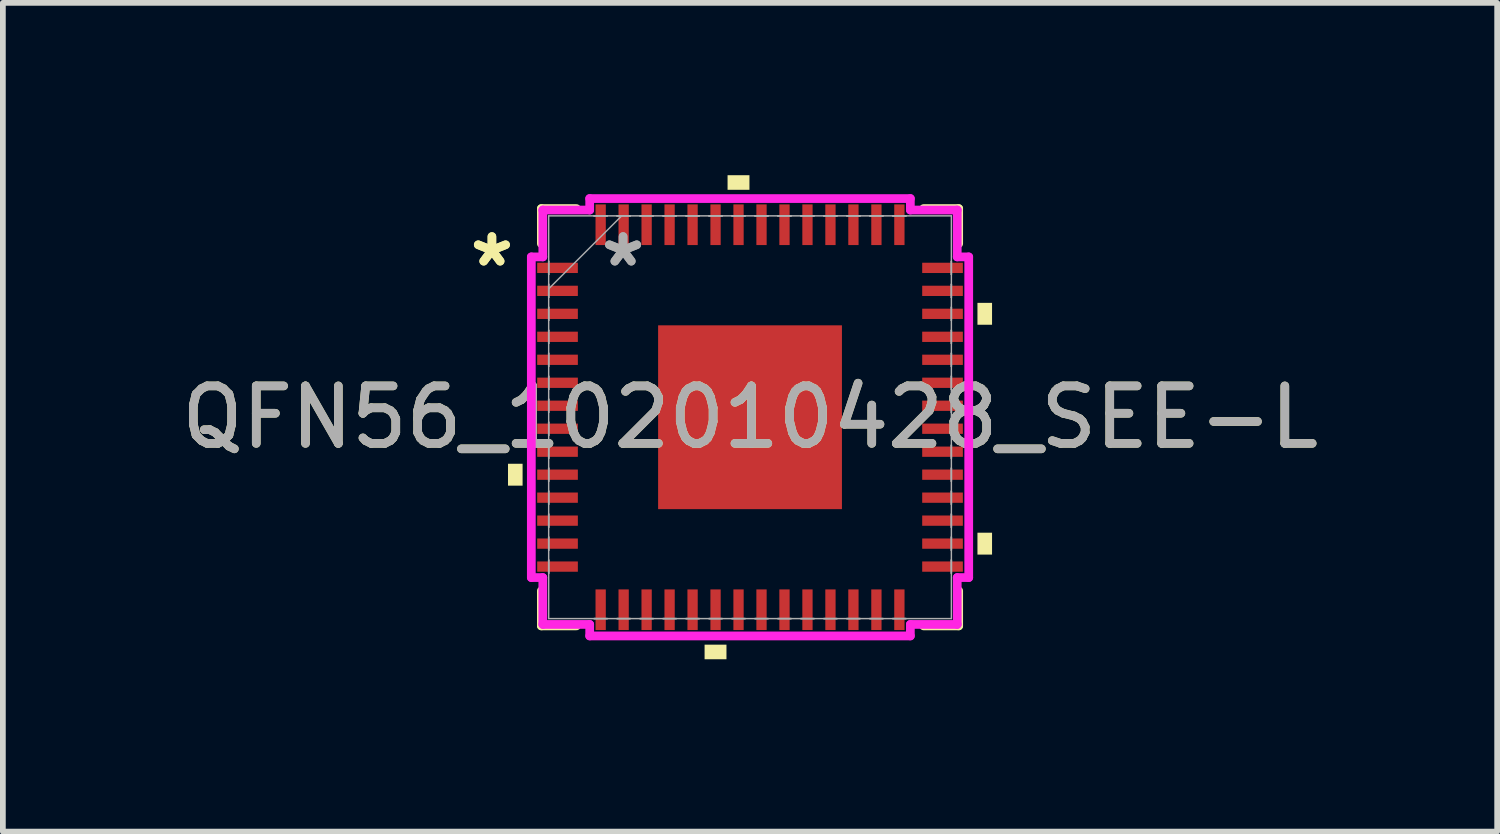
<source format=kicad_pcb>
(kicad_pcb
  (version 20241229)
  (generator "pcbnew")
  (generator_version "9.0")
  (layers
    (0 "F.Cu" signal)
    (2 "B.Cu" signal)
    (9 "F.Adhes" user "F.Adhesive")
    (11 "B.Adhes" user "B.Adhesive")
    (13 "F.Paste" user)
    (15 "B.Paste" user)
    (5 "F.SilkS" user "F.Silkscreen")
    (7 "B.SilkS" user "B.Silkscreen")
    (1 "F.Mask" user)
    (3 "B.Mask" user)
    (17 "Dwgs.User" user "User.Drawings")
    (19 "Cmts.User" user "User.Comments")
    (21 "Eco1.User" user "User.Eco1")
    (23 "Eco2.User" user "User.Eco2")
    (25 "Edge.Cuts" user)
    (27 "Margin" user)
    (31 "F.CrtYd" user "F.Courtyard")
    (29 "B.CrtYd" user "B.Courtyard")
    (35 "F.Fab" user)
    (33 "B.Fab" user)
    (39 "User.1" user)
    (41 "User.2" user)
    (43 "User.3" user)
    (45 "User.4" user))
  (footprint "QFN56_102010428_SEE-L"
    (layer "F.Cu")
    (at 10.006 4.213)
    (property "Reference" "QFN56_102010428_SEE-L" (at 0 0 0) (unlocked yes) (layer "F.SilkS") (effects (font (size 1 1) (thickness 0.15))))
    (attr smd)
    (fp_line (start -3.632 -3.632) (end -3.632 -3.022) (stroke (width 0.152) (type solid)) (layer "F.SilkS"))
    (fp_line (start -3.632 3.022) (end -3.632 3.632) (stroke (width 0.152) (type solid)) (layer "F.SilkS"))
    (fp_line (start -3.632 3.632) (end -3.022 3.632) (stroke (width 0.152) (type solid)) (layer "F.SilkS"))
    (fp_line (start -3.022 -3.632) (end -3.632 -3.632) (stroke (width 0.152) (type solid)) (layer "F.SilkS"))
    (fp_line (start 3.022 3.632) (end 3.632 3.632) (stroke (width 0.152) (type solid)) (layer "F.SilkS"))
    (fp_line (start 3.632 -3.632) (end 3.022 -3.632) (stroke (width 0.152) (type solid)) (layer "F.SilkS"))
    (fp_line (start 3.632 -3.022) (end 3.632 -3.632) (stroke (width 0.152) (type solid)) (layer "F.SilkS"))
    (fp_line (start 3.632 3.632) (end 3.632 3.022) (stroke (width 0.152) (type solid)) (layer "F.SilkS"))
    (fp_poly (pts (xy -4.213 0.81) (xy -4.213 1.191) (xy -3.959 1.191) (xy -3.959 0.81)) (stroke (width 0) (type solid)) (fill yes) (layer "F.SilkS"))
    (fp_poly (pts (xy -0.791 3.959) (xy -0.791 4.213) (xy -0.41 4.213) (xy -0.41 3.959)) (stroke (width 0) (type solid)) (fill yes) (layer "F.SilkS"))
    (fp_poly (pts (xy -0.391 -3.959) (xy -0.391 -4.213) (xy -0.01 -4.213) (xy -0.01 -3.959)) (stroke (width 0) (type solid)) (fill yes) (layer "F.SilkS"))
    (fp_poly (pts (xy 4.213 -1.991) (xy 4.213 -1.61) (xy 3.959 -1.61) (xy 3.959 -1.991)) (stroke (width 0) (type solid)) (fill yes) (layer "F.SilkS"))
    (fp_poly (pts (xy 4.213 2.01) (xy 4.213 2.391) (xy 3.959 2.391) (xy 3.959 2.01)) (stroke (width 0) (type solid)) (fill yes) (layer "F.SilkS"))
    (fp_line (start -3.807 -2.791) (end -3.607 -2.791) (stroke (width 0.152) (type solid)) (layer "F.CrtYd"))
    (fp_line (start -3.807 2.791) (end -3.807 -2.791) (stroke (width 0.152) (type solid)) (layer "F.CrtYd"))
    (fp_line (start -3.607 -3.607) (end -2.791 -3.607) (stroke (width 0.152) (type solid)) (layer "F.CrtYd"))
    (fp_line (start -3.607 -2.791) (end -3.607 -3.607) (stroke (width 0.152) (type solid)) (layer "F.CrtYd"))
    (fp_line (start -3.607 2.791) (end -3.807 2.791) (stroke (width 0.152) (type solid)) (layer "F.CrtYd"))
    (fp_line (start -3.607 3.607) (end -3.607 2.791) (stroke (width 0.152) (type solid)) (layer "F.CrtYd"))
    (fp_line (start -2.791 -3.807) (end 2.791 -3.807) (stroke (width 0.152) (type solid)) (layer "F.CrtYd"))
    (fp_line (start -2.791 -3.607) (end -2.791 -3.807) (stroke (width 0.152) (type solid)) (layer "F.CrtYd"))
    (fp_line (start -2.791 3.607) (end -3.607 3.607) (stroke (width 0.152) (type solid)) (layer "F.CrtYd"))
    (fp_line (start -2.791 3.807) (end -2.791 3.607) (stroke (width 0.152) (type solid)) (layer "F.CrtYd"))
    (fp_line (start 2.791 -3.807) (end 2.791 -3.607) (stroke (width 0.152) (type solid)) (layer "F.CrtYd"))
    (fp_line (start 2.791 -3.607) (end 3.607 -3.607) (stroke (width 0.152) (type solid)) (layer "F.CrtYd"))
    (fp_line (start 2.791 3.607) (end 2.791 3.807) (stroke (width 0.152) (type solid)) (layer "F.CrtYd"))
    (fp_line (start 2.791 3.807) (end -2.791 3.807) (stroke (width 0.152) (type solid)) (layer "F.CrtYd"))
    (fp_line (start 3.607 -3.607) (end 3.607 -2.791) (stroke (width 0.152) (type solid)) (layer "F.CrtYd"))
    (fp_line (start 3.607 -2.791) (end 3.807 -2.791) (stroke (width 0.152) (type solid)) (layer "F.CrtYd"))
    (fp_line (start 3.607 2.791) (end 3.607 3.607) (stroke (width 0.152) (type solid)) (layer "F.CrtYd"))
    (fp_line (start 3.607 3.607) (end 2.791 3.607) (stroke (width 0.152) (type solid)) (layer "F.CrtYd"))
    (fp_line (start 3.807 -2.791) (end 3.807 2.791) (stroke (width 0.152) (type solid)) (layer "F.CrtYd"))
    (fp_line (start 3.807 2.791) (end 3.607 2.791) (stroke (width 0.152) (type solid)) (layer "F.CrtYd"))
    (fp_line (start -3.505 -3.505) (end -3.505 3.505) (stroke (width 0.025) (type solid)) (layer "F.Fab"))
    (fp_line (start -3.505 -2.715) (end -3.505 -2.715) (stroke (width 0.025) (type solid)) (layer "F.Fab"))
    (fp_line (start -3.505 -2.715) (end -3.505 -2.486) (stroke (width 0.025) (type solid)) (layer "F.Fab"))
    (fp_line (start -3.505 -2.486) (end -3.505 -2.715) (stroke (width 0.025) (type solid)) (layer "F.Fab"))
    (fp_line (start -3.505 -2.486) (end -3.505 -2.486) (stroke (width 0.025) (type solid)) (layer "F.Fab"))
    (fp_line (start -3.505 -2.315) (end -3.505 -2.315) (stroke (width 0.025) (type solid)) (layer "F.Fab"))
    (fp_line (start -3.505 -2.315) (end -3.505 -2.086) (stroke (width 0.025) (type solid)) (layer "F.Fab"))
    (fp_line (start -3.505 -2.235) (end -2.235 -3.505) (stroke (width 0.025) (type solid)) (layer "F.Fab"))
    (fp_line (start -3.505 -2.086) (end -3.505 -2.315) (stroke (width 0.025) (type solid)) (layer "F.Fab"))
    (fp_line (start -3.505 -2.086) (end -3.505 -2.086) (stroke (width 0.025) (type solid)) (layer "F.Fab"))
    (fp_line (start -3.505 -1.915) (end -3.505 -1.915) (stroke (width 0.025) (type solid)) (layer "F.Fab"))
    (fp_line (start -3.505 -1.915) (end -3.505 -1.686) (stroke (width 0.025) (type solid)) (layer "F.Fab"))
    (fp_line (start -3.505 -1.686) (end -3.505 -1.915) (stroke (width 0.025) (type solid)) (layer "F.Fab"))
    (fp_line (start -3.505 -1.686) (end -3.505 -1.686) (stroke (width 0.025) (type solid)) (layer "F.Fab"))
    (fp_line (start -3.505 -1.514) (end -3.505 -1.514) (stroke (width 0.025) (type solid)) (layer "F.Fab"))
    (fp_line (start -3.505 -1.514) (end -3.505 -1.286) (stroke (width 0.025) (type solid)) (layer "F.Fab"))
    (fp_line (start -3.505 -1.286) (end -3.505 -1.514) (stroke (width 0.025) (type solid)) (layer "F.Fab"))
    (fp_line (start -3.505 -1.286) (end -3.505 -1.286) (stroke (width 0.025) (type solid)) (layer "F.Fab"))
    (fp_line (start -3.505 -1.114) (end -3.505 -1.114) (stroke (width 0.025) (type solid)) (layer "F.Fab"))
    (fp_line (start -3.505 -1.114) (end -3.505 -0.886) (stroke (width 0.025) (type solid)) (layer "F.Fab"))
    (fp_line (start -3.505 -0.886) (end -3.505 -1.114) (stroke (width 0.025) (type solid)) (layer "F.Fab"))
    (fp_line (start -3.505 -0.886) (end -3.505 -0.886) (stroke (width 0.025) (type solid)) (layer "F.Fab"))
    (fp_line (start -3.505 -0.714) (end -3.505 -0.714) (stroke (width 0.025) (type solid)) (layer "F.Fab"))
    (fp_line (start -3.505 -0.714) (end -3.505 -0.486) (stroke (width 0.025) (type solid)) (layer "F.Fab"))
    (fp_line (start -3.505 -0.486) (end -3.505 -0.714) (stroke (width 0.025) (type solid)) (layer "F.Fab"))
    (fp_line (start -3.505 -0.486) (end -3.505 -0.486) (stroke (width 0.025) (type solid)) (layer "F.Fab"))
    (fp_line (start -3.505 -0.314) (end -3.505 -0.314) (stroke (width 0.025) (type solid)) (layer "F.Fab"))
    (fp_line (start -3.505 -0.314) (end -3.505 -0.086) (stroke (width 0.025) (type solid)) (layer "F.Fab"))
    (fp_line (start -3.505 -0.086) (end -3.505 -0.314) (stroke (width 0.025) (type solid)) (layer "F.Fab"))
    (fp_line (start -3.505 -0.086) (end -3.505 -0.086) (stroke (width 0.025) (type solid)) (layer "F.Fab"))
    (fp_line (start -3.505 0.086) (end -3.505 0.086) (stroke (width 0.025) (type solid)) (layer "F.Fab"))
    (fp_line (start -3.505 0.086) (end -3.505 0.314) (stroke (width 0.025) (type solid)) (layer "F.Fab"))
    (fp_line (start -3.505 0.314) (end -3.505 0.086) (stroke (width 0.025) (type solid)) (layer "F.Fab"))
    (fp_line (start -3.505 0.314) (end -3.505 0.314) (stroke (width 0.025) (type solid)) (layer "F.Fab"))
    (fp_line (start -3.505 0.486) (end -3.505 0.486) (stroke (width 0.025) (type solid)) (layer "F.Fab"))
    (fp_line (start -3.505 0.486) (end -3.505 0.714) (stroke (width 0.025) (type solid)) (layer "F.Fab"))
    (fp_line (start -3.505 0.714) (end -3.505 0.486) (stroke (width 0.025) (type solid)) (layer "F.Fab"))
    (fp_line (start -3.505 0.714) (end -3.505 0.714) (stroke (width 0.025) (type solid)) (layer "F.Fab"))
    (fp_line (start -3.505 0.886) (end -3.505 0.886) (stroke (width 0.025) (type solid)) (layer "F.Fab"))
    (fp_line (start -3.505 0.886) (end -3.505 1.114) (stroke (width 0.025) (type solid)) (layer "F.Fab"))
    (fp_line (start -3.505 1.114) (end -3.505 0.886) (stroke (width 0.025) (type solid)) (layer "F.Fab"))
    (fp_line (start -3.505 1.114) (end -3.505 1.114) (stroke (width 0.025) (type solid)) (layer "F.Fab"))
    (fp_line (start -3.505 1.286) (end -3.505 1.286) (stroke (width 0.025) (type solid)) (layer "F.Fab"))
    (fp_line (start -3.505 1.286) (end -3.505 1.514) (stroke (width 0.025) (type solid)) (layer "F.Fab"))
    (fp_line (start -3.505 1.514) (end -3.505 1.286) (stroke (width 0.025) (type solid)) (layer "F.Fab"))
    (fp_line (start -3.505 1.514) (end -3.505 1.514) (stroke (width 0.025) (type solid)) (layer "F.Fab"))
    (fp_line (start -3.505 1.686) (end -3.505 1.686) (stroke (width 0.025) (type solid)) (layer "F.Fab"))
    (fp_line (start -3.505 1.686) (end -3.505 1.915) (stroke (width 0.025) (type solid)) (layer "F.Fab"))
    (fp_line (start -3.505 1.915) (end -3.505 1.686) (stroke (width 0.025) (type solid)) (layer "F.Fab"))
    (fp_line (start -3.505 1.915) (end -3.505 1.915) (stroke (width 0.025) (type solid)) (layer "F.Fab"))
    (fp_line (start -3.505 2.086) (end -3.505 2.086) (stroke (width 0.025) (type solid)) (layer "F.Fab"))
    (fp_line (start -3.505 2.086) (end -3.505 2.315) (stroke (width 0.025) (type solid)) (layer "F.Fab"))
    (fp_line (start -3.505 2.315) (end -3.505 2.086) (stroke (width 0.025) (type solid)) (layer "F.Fab"))
    (fp_line (start -3.505 2.315) (end -3.505 2.315) (stroke (width 0.025) (type solid)) (layer "F.Fab"))
    (fp_line (start -3.505 2.486) (end -3.505 2.486) (stroke (width 0.025) (type solid)) (layer "F.Fab"))
    (fp_line (start -3.505 2.486) (end -3.505 2.715) (stroke (width 0.025) (type solid)) (layer "F.Fab"))
    (fp_line (start -3.505 2.715) (end -3.505 2.486) (stroke (width 0.025) (type solid)) (layer "F.Fab"))
    (fp_line (start -3.505 2.715) (end -3.505 2.715) (stroke (width 0.025) (type solid)) (layer "F.Fab"))
    (fp_line (start -3.505 3.505) (end 3.505 3.505) (stroke (width 0.025) (type solid)) (layer "F.Fab"))
    (fp_line (start -2.715 -3.505) (end -2.715 -3.505) (stroke (width 0.025) (type solid)) (layer "F.Fab"))
    (fp_line (start -2.715 -3.505) (end -2.486 -3.505) (stroke (width 0.025) (type solid)) (layer "F.Fab"))
    (fp_line (start -2.715 3.505) (end -2.715 3.505) (stroke (width 0.025) (type solid)) (layer "F.Fab"))
    (fp_line (start -2.715 3.505) (end -2.486 3.505) (stroke (width 0.025) (type solid)) (layer "F.Fab"))
    (fp_line (start -2.486 -3.505) (end -2.715 -3.505) (stroke (width 0.025) (type solid)) (layer "F.Fab"))
    (fp_line (start -2.486 -3.505) (end -2.486 -3.505) (stroke (width 0.025) (type solid)) (layer "F.Fab"))
    (fp_line (start -2.486 3.505) (end -2.715 3.505) (stroke (width 0.025) (type solid)) (layer "F.Fab"))
    (fp_line (start -2.486 3.505) (end -2.486 3.505) (stroke (width 0.025) (type solid)) (layer "F.Fab"))
    (fp_line (start -2.315 -3.505) (end -2.315 -3.505) (stroke (width 0.025) (type solid)) (layer "F.Fab"))
    (fp_line (start -2.315 -3.505) (end -2.086 -3.505) (stroke (width 0.025) (type solid)) (layer "F.Fab"))
    (fp_line (start -2.315 3.505) (end -2.315 3.505) (stroke (width 0.025) (type solid)) (layer "F.Fab"))
    (fp_line (start -2.315 3.505) (end -2.086 3.505) (stroke (width 0.025) (type solid)) (layer "F.Fab"))
    (fp_line (start -2.086 -3.505) (end -2.315 -3.505) (stroke (width 0.025) (type solid)) (layer "F.Fab"))
    (fp_line (start -2.086 -3.505) (end -2.086 -3.505) (stroke (width 0.025) (type solid)) (layer "F.Fab"))
    (fp_line (start -2.086 3.505) (end -2.315 3.505) (stroke (width 0.025) (type solid)) (layer "F.Fab"))
    (fp_line (start -2.086 3.505) (end -2.086 3.505) (stroke (width 0.025) (type solid)) (layer "F.Fab"))
    (fp_line (start -1.915 -3.505) (end -1.915 -3.505) (stroke (width 0.025) (type solid)) (layer "F.Fab"))
    (fp_line (start -1.915 -3.505) (end -1.686 -3.505) (stroke (width 0.025) (type solid)) (layer "F.Fab"))
    (fp_line (start -1.915 3.505) (end -1.915 3.505) (stroke (width 0.025) (type solid)) (layer "F.Fab"))
    (fp_line (start -1.915 3.505) (end -1.686 3.505) (stroke (width 0.025) (type solid)) (layer "F.Fab"))
    (fp_line (start -1.686 -3.505) (end -1.915 -3.505) (stroke (width 0.025) (type solid)) (layer "F.Fab"))
    (fp_line (start -1.686 -3.505) (end -1.686 -3.505) (stroke (width 0.025) (type solid)) (layer "F.Fab"))
    (fp_line (start -1.686 3.505) (end -1.915 3.505) (stroke (width 0.025) (type solid)) (layer "F.Fab"))
    (fp_line (start -1.686 3.505) (end -1.686 3.505) (stroke (width 0.025) (type solid)) (layer "F.Fab"))
    (fp_line (start -1.514 -3.505) (end -1.514 -3.505) (stroke (width 0.025) (type solid)) (layer "F.Fab"))
    (fp_line (start -1.514 -3.505) (end -1.286 -3.505) (stroke (width 0.025) (type solid)) (layer "F.Fab"))
    (fp_line (start -1.514 3.505) (end -1.514 3.505) (stroke (width 0.025) (type solid)) (layer "F.Fab"))
    (fp_line (start -1.514 3.505) (end -1.286 3.505) (stroke (width 0.025) (type solid)) (layer "F.Fab"))
    (fp_line (start -1.286 -3.505) (end -1.514 -3.505) (stroke (width 0.025) (type solid)) (layer "F.Fab"))
    (fp_line (start -1.286 -3.505) (end -1.286 -3.505) (stroke (width 0.025) (type solid)) (layer "F.Fab"))
    (fp_line (start -1.286 3.505) (end -1.514 3.505) (stroke (width 0.025) (type solid)) (layer "F.Fab"))
    (fp_line (start -1.286 3.505) (end -1.286 3.505) (stroke (width 0.025) (type solid)) (layer "F.Fab"))
    (fp_line (start -1.114 -3.505) (end -1.114 -3.505) (stroke (width 0.025) (type solid)) (layer "F.Fab"))
    (fp_line (start -1.114 -3.505) (end -0.886 -3.505) (stroke (width 0.025) (type solid)) (layer "F.Fab"))
    (fp_line (start -1.114 3.505) (end -1.114 3.505) (stroke (width 0.025) (type solid)) (layer "F.Fab"))
    (fp_line (start -1.114 3.505) (end -0.886 3.505) (stroke (width 0.025) (type solid)) (layer "F.Fab"))
    (fp_line (start -0.886 -3.505) (end -1.114 -3.505) (stroke (width 0.025) (type solid)) (layer "F.Fab"))
    (fp_line (start -0.886 -3.505) (end -0.886 -3.505) (stroke (width 0.025) (type solid)) (layer "F.Fab"))
    (fp_line (start -0.886 3.505) (end -1.114 3.505) (stroke (width 0.025) (type solid)) (layer "F.Fab"))
    (fp_line (start -0.886 3.505) (end -0.886 3.505) (stroke (width 0.025) (type solid)) (layer "F.Fab"))
    (fp_line (start -0.714 -3.505) (end -0.714 -3.505) (stroke (width 0.025) (type solid)) (layer "F.Fab"))
    (fp_line (start -0.714 -3.505) (end -0.486 -3.505) (stroke (width 0.025) (type solid)) (layer "F.Fab"))
    (fp_line (start -0.714 3.505) (end -0.714 3.505) (stroke (width 0.025) (type solid)) (layer "F.Fab"))
    (fp_line (start -0.714 3.505) (end -0.486 3.505) (stroke (width 0.025) (type solid)) (layer "F.Fab"))
    (fp_line (start -0.486 -3.505) (end -0.714 -3.505) (stroke (width 0.025) (type solid)) (layer "F.Fab"))
    (fp_line (start -0.486 -3.505) (end -0.486 -3.505) (stroke (width 0.025) (type solid)) (layer "F.Fab"))
    (fp_line (start -0.486 3.505) (end -0.714 3.505) (stroke (width 0.025) (type solid)) (layer "F.Fab"))
    (fp_line (start -0.486 3.505) (end -0.486 3.505) (stroke (width 0.025) (type solid)) (layer "F.Fab"))
    (fp_line (start -0.314 -3.505) (end -0.314 -3.505) (stroke (width 0.025) (type solid)) (layer "F.Fab"))
    (fp_line (start -0.314 -3.505) (end -0.086 -3.505) (stroke (width 0.025) (type solid)) (layer "F.Fab"))
    (fp_line (start -0.314 3.505) (end -0.314 3.505) (stroke (width 0.025) (type solid)) (layer "F.Fab"))
    (fp_line (start -0.314 3.505) (end -0.086 3.505) (stroke (width 0.025) (type solid)) (layer "F.Fab"))
    (fp_line (start -0.086 -3.505) (end -0.314 -3.505) (stroke (width 0.025) (type solid)) (layer "F.Fab"))
    (fp_line (start -0.086 -3.505) (end -0.086 -3.505) (stroke (width 0.025) (type solid)) (layer "F.Fab"))
    (fp_line (start -0.086 3.505) (end -0.314 3.505) (stroke (width 0.025) (type solid)) (layer "F.Fab"))
    (fp_line (start -0.086 3.505) (end -0.086 3.505) (stroke (width 0.025) (type solid)) (layer "F.Fab"))
    (fp_line (start 0.086 -3.505) (end 0.086 -3.505) (stroke (width 0.025) (type solid)) (layer "F.Fab"))
    (fp_line (start 0.086 -3.505) (end 0.314 -3.505) (stroke (width 0.025) (type solid)) (layer "F.Fab"))
    (fp_line (start 0.086 3.505) (end 0.086 3.505) (stroke (width 0.025) (type solid)) (layer "F.Fab"))
    (fp_line (start 0.086 3.505) (end 0.314 3.505) (stroke (width 0.025) (type solid)) (layer "F.Fab"))
    (fp_line (start 0.314 -3.505) (end 0.086 -3.505) (stroke (width 0.025) (type solid)) (layer "F.Fab"))
    (fp_line (start 0.314 -3.505) (end 0.314 -3.505) (stroke (width 0.025) (type solid)) (layer "F.Fab"))
    (fp_line (start 0.314 3.505) (end 0.086 3.505) (stroke (width 0.025) (type solid)) (layer "F.Fab"))
    (fp_line (start 0.314 3.505) (end 0.314 3.505) (stroke (width 0.025) (type solid)) (layer "F.Fab"))
    (fp_line (start 0.486 -3.505) (end 0.486 -3.505) (stroke (width 0.025) (type solid)) (layer "F.Fab"))
    (fp_line (start 0.486 -3.505) (end 0.714 -3.505) (stroke (width 0.025) (type solid)) (layer "F.Fab"))
    (fp_line (start 0.486 3.505) (end 0.486 3.505) (stroke (width 0.025) (type solid)) (layer "F.Fab"))
    (fp_line (start 0.486 3.505) (end 0.714 3.505) (stroke (width 0.025) (type solid)) (layer "F.Fab"))
    (fp_line (start 0.714 -3.505) (end 0.486 -3.505) (stroke (width 0.025) (type solid)) (layer "F.Fab"))
    (fp_line (start 0.714 -3.505) (end 0.714 -3.505) (stroke (width 0.025) (type solid)) (layer "F.Fab"))
    (fp_line (start 0.714 3.505) (end 0.486 3.505) (stroke (width 0.025) (type solid)) (layer "F.Fab"))
    (fp_line (start 0.714 3.505) (end 0.714 3.505) (stroke (width 0.025) (type solid)) (layer "F.Fab"))
    (fp_line (start 0.886 -3.505) (end 0.886 -3.505) (stroke (width 0.025) (type solid)) (layer "F.Fab"))
    (fp_line (start 0.886 -3.505) (end 1.114 -3.505) (stroke (width 0.025) (type solid)) (layer "F.Fab"))
    (fp_line (start 0.886 3.505) (end 0.886 3.505) (stroke (width 0.025) (type solid)) (layer "F.Fab"))
    (fp_line (start 0.886 3.505) (end 1.114 3.505) (stroke (width 0.025) (type solid)) (layer "F.Fab"))
    (fp_line (start 1.114 -3.505) (end 0.886 -3.505) (stroke (width 0.025) (type solid)) (layer "F.Fab"))
    (fp_line (start 1.114 -3.505) (end 1.114 -3.505) (stroke (width 0.025) (type solid)) (layer "F.Fab"))
    (fp_line (start 1.114 3.505) (end 0.886 3.505) (stroke (width 0.025) (type solid)) (layer "F.Fab"))
    (fp_line (start 1.114 3.505) (end 1.114 3.505) (stroke (width 0.025) (type solid)) (layer "F.Fab"))
    (fp_line (start 1.286 -3.505) (end 1.286 -3.505) (stroke (width 0.025) (type solid)) (layer "F.Fab"))
    (fp_line (start 1.286 -3.505) (end 1.514 -3.505) (stroke (width 0.025) (type solid)) (layer "F.Fab"))
    (fp_line (start 1.286 3.505) (end 1.286 3.505) (stroke (width 0.025) (type solid)) (layer "F.Fab"))
    (fp_line (start 1.286 3.505) (end 1.514 3.505) (stroke (width 0.025) (type solid)) (layer "F.Fab"))
    (fp_line (start 1.514 -3.505) (end 1.286 -3.505) (stroke (width 0.025) (type solid)) (layer "F.Fab"))
    (fp_line (start 1.514 -3.505) (end 1.514 -3.505) (stroke (width 0.025) (type solid)) (layer "F.Fab"))
    (fp_line (start 1.514 3.505) (end 1.286 3.505) (stroke (width 0.025) (type solid)) (layer "F.Fab"))
    (fp_line (start 1.514 3.505) (end 1.514 3.505) (stroke (width 0.025) (type solid)) (layer "F.Fab"))
    (fp_line (start 1.686 -3.505) (end 1.686 -3.505) (stroke (width 0.025) (type solid)) (layer "F.Fab"))
    (fp_line (start 1.686 -3.505) (end 1.915 -3.505) (stroke (width 0.025) (type solid)) (layer "F.Fab"))
    (fp_line (start 1.686 3.505) (end 1.686 3.505) (stroke (width 0.025) (type solid)) (layer "F.Fab"))
    (fp_line (start 1.686 3.505) (end 1.915 3.505) (stroke (width 0.025) (type solid)) (layer "F.Fab"))
    (fp_line (start 1.915 -3.505) (end 1.686 -3.505) (stroke (width 0.025) (type solid)) (layer "F.Fab"))
    (fp_line (start 1.915 -3.505) (end 1.915 -3.505) (stroke (width 0.025) (type solid)) (layer "F.Fab"))
    (fp_line (start 1.915 3.505) (end 1.686 3.505) (stroke (width 0.025) (type solid)) (layer "F.Fab"))
    (fp_line (start 1.915 3.505) (end 1.915 3.505) (stroke (width 0.025) (type solid)) (layer "F.Fab"))
    (fp_line (start 2.086 -3.505) (end 2.086 -3.505) (stroke (width 0.025) (type solid)) (layer "F.Fab"))
    (fp_line (start 2.086 -3.505) (end 2.315 -3.505) (stroke (width 0.025) (type solid)) (layer "F.Fab"))
    (fp_line (start 2.086 3.505) (end 2.086 3.505) (stroke (width 0.025) (type solid)) (layer "F.Fab"))
    (fp_line (start 2.086 3.505) (end 2.315 3.505) (stroke (width 0.025) (type solid)) (layer "F.Fab"))
    (fp_line (start 2.315 -3.505) (end 2.086 -3.505) (stroke (width 0.025) (type solid)) (layer "F.Fab"))
    (fp_line (start 2.315 -3.505) (end 2.315 -3.505) (stroke (width 0.025) (type solid)) (layer "F.Fab"))
    (fp_line (start 2.315 3.505) (end 2.086 3.505) (stroke (width 0.025) (type solid)) (layer "F.Fab"))
    (fp_line (start 2.315 3.505) (end 2.315 3.505) (stroke (width 0.025) (type solid)) (layer "F.Fab"))
    (fp_line (start 2.486 -3.505) (end 2.486 -3.505) (stroke (width 0.025) (type solid)) (layer "F.Fab"))
    (fp_line (start 2.486 -3.505) (end 2.715 -3.505) (stroke (width 0.025) (type solid)) (layer "F.Fab"))
    (fp_line (start 2.486 3.505) (end 2.486 3.505) (stroke (width 0.025) (type solid)) (layer "F.Fab"))
    (fp_line (start 2.486 3.505) (end 2.715 3.505) (stroke (width 0.025) (type solid)) (layer "F.Fab"))
    (fp_line (start 2.715 -3.505) (end 2.486 -3.505) (stroke (width 0.025) (type solid)) (layer "F.Fab"))
    (fp_line (start 2.715 -3.505) (end 2.715 -3.505) (stroke (width 0.025) (type solid)) (layer "F.Fab"))
    (fp_line (start 2.715 3.505) (end 2.486 3.505) (stroke (width 0.025) (type solid)) (layer "F.Fab"))
    (fp_line (start 2.715 3.505) (end 2.715 3.505) (stroke (width 0.025) (type solid)) (layer "F.Fab"))
    (fp_line (start 3.505 -3.505) (end -3.505 -3.505) (stroke (width 0.025) (type solid)) (layer "F.Fab"))
    (fp_line (start 3.505 -2.715) (end 3.505 -2.715) (stroke (width 0.025) (type solid)) (layer "F.Fab"))
    (fp_line (start 3.505 -2.715) (end 3.505 -2.486) (stroke (width 0.025) (type solid)) (layer "F.Fab"))
    (fp_line (start 3.505 -2.486) (end 3.505 -2.715) (stroke (width 0.025) (type solid)) (layer "F.Fab"))
    (fp_line (start 3.505 -2.486) (end 3.505 -2.486) (stroke (width 0.025) (type solid)) (layer "F.Fab"))
    (fp_line (start 3.505 -2.315) (end 3.505 -2.315) (stroke (width 0.025) (type solid)) (layer "F.Fab"))
    (fp_line (start 3.505 -2.315) (end 3.505 -2.086) (stroke (width 0.025) (type solid)) (layer "F.Fab"))
    (fp_line (start 3.505 -2.086) (end 3.505 -2.315) (stroke (width 0.025) (type solid)) (layer "F.Fab"))
    (fp_line (start 3.505 -2.086) (end 3.505 -2.086) (stroke (width 0.025) (type solid)) (layer "F.Fab"))
    (fp_line (start 3.505 -1.915) (end 3.505 -1.915) (stroke (width 0.025) (type solid)) (layer "F.Fab"))
    (fp_line (start 3.505 -1.915) (end 3.505 -1.686) (stroke (width 0.025) (type solid)) (layer "F.Fab"))
    (fp_line (start 3.505 -1.686) (end 3.505 -1.915) (stroke (width 0.025) (type solid)) (layer "F.Fab"))
    (fp_line (start 3.505 -1.686) (end 3.505 -1.686) (stroke (width 0.025) (type solid)) (layer "F.Fab"))
    (fp_line (start 3.505 -1.514) (end 3.505 -1.514) (stroke (width 0.025) (type solid)) (layer "F.Fab"))
    (fp_line (start 3.505 -1.514) (end 3.505 -1.286) (stroke (width 0.025) (type solid)) (layer "F.Fab"))
    (fp_line (start 3.505 -1.286) (end 3.505 -1.514) (stroke (width 0.025) (type solid)) (layer "F.Fab"))
    (fp_line (start 3.505 -1.286) (end 3.505 -1.286) (stroke (width 0.025) (type solid)) (layer "F.Fab"))
    (fp_line (start 3.505 -1.114) (end 3.505 -1.114) (stroke (width 0.025) (type solid)) (layer "F.Fab"))
    (fp_line (start 3.505 -1.114) (end 3.505 -0.886) (stroke (width 0.025) (type solid)) (layer "F.Fab"))
    (fp_line (start 3.505 -0.886) (end 3.505 -1.114) (stroke (width 0.025) (type solid)) (layer "F.Fab"))
    (fp_line (start 3.505 -0.886) (end 3.505 -0.886) (stroke (width 0.025) (type solid)) (layer "F.Fab"))
    (fp_line (start 3.505 -0.714) (end 3.505 -0.714) (stroke (width 0.025) (type solid)) (layer "F.Fab"))
    (fp_line (start 3.505 -0.714) (end 3.505 -0.486) (stroke (width 0.025) (type solid)) (layer "F.Fab"))
    (fp_line (start 3.505 -0.486) (end 3.505 -0.714) (stroke (width 0.025) (type solid)) (layer "F.Fab"))
    (fp_line (start 3.505 -0.486) (end 3.505 -0.486) (stroke (width 0.025) (type solid)) (layer "F.Fab"))
    (fp_line (start 3.505 -0.314) (end 3.505 -0.314) (stroke (width 0.025) (type solid)) (layer "F.Fab"))
    (fp_line (start 3.505 -0.314) (end 3.505 -0.086) (stroke (width 0.025) (type solid)) (layer "F.Fab"))
    (fp_line (start 3.505 -0.086) (end 3.505 -0.314) (stroke (width 0.025) (type solid)) (layer "F.Fab"))
    (fp_line (start 3.505 -0.086) (end 3.505 -0.086) (stroke (width 0.025) (type solid)) (layer "F.Fab"))
    (fp_line (start 3.505 0.086) (end 3.505 0.086) (stroke (width 0.025) (type solid)) (layer "F.Fab"))
    (fp_line (start 3.505 0.086) (end 3.505 0.314) (stroke (width 0.025) (type solid)) (layer "F.Fab"))
    (fp_line (start 3.505 0.314) (end 3.505 0.086) (stroke (width 0.025) (type solid)) (layer "F.Fab"))
    (fp_line (start 3.505 0.314) (end 3.505 0.314) (stroke (width 0.025) (type solid)) (layer "F.Fab"))
    (fp_line (start 3.505 0.486) (end 3.505 0.486) (stroke (width 0.025) (type solid)) (layer "F.Fab"))
    (fp_line (start 3.505 0.486) (end 3.505 0.714) (stroke (width 0.025) (type solid)) (layer "F.Fab"))
    (fp_line (start 3.505 0.714) (end 3.505 0.486) (stroke (width 0.025) (type solid)) (layer "F.Fab"))
    (fp_line (start 3.505 0.714) (end 3.505 0.714) (stroke (width 0.025) (type solid)) (layer "F.Fab"))
    (fp_line (start 3.505 0.886) (end 3.505 0.886) (stroke (width 0.025) (type solid)) (layer "F.Fab"))
    (fp_line (start 3.505 0.886) (end 3.505 1.114) (stroke (width 0.025) (type solid)) (layer "F.Fab"))
    (fp_line (start 3.505 1.114) (end 3.505 0.886) (stroke (width 0.025) (type solid)) (layer "F.Fab"))
    (fp_line (start 3.505 1.114) (end 3.505 1.114) (stroke (width 0.025) (type solid)) (layer "F.Fab"))
    (fp_line (start 3.505 1.286) (end 3.505 1.286) (stroke (width 0.025) (type solid)) (layer "F.Fab"))
    (fp_line (start 3.505 1.286) (end 3.505 1.514) (stroke (width 0.025) (type solid)) (layer "F.Fab"))
    (fp_line (start 3.505 1.514) (end 3.505 1.286) (stroke (width 0.025) (type solid)) (layer "F.Fab"))
    (fp_line (start 3.505 1.514) (end 3.505 1.514) (stroke (width 0.025) (type solid)) (layer "F.Fab"))
    (fp_line (start 3.505 1.686) (end 3.505 1.686) (stroke (width 0.025) (type solid)) (layer "F.Fab"))
    (fp_line (start 3.505 1.686) (end 3.505 1.915) (stroke (width 0.025) (type solid)) (layer "F.Fab"))
    (fp_line (start 3.505 1.915) (end 3.505 1.686) (stroke (width 0.025) (type solid)) (layer "F.Fab"))
    (fp_line (start 3.505 1.915) (end 3.505 1.915) (stroke (width 0.025) (type solid)) (layer "F.Fab"))
    (fp_line (start 3.505 2.086) (end 3.505 2.086) (stroke (width 0.025) (type solid)) (layer "F.Fab"))
    (fp_line (start 3.505 2.086) (end 3.505 2.315) (stroke (width 0.025) (type solid)) (layer "F.Fab"))
    (fp_line (start 3.505 2.315) (end 3.505 2.086) (stroke (width 0.025) (type solid)) (layer "F.Fab"))
    (fp_line (start 3.505 2.315) (end 3.505 2.315) (stroke (width 0.025) (type solid)) (layer "F.Fab"))
    (fp_line (start 3.505 2.486) (end 3.505 2.486) (stroke (width 0.025) (type solid)) (layer "F.Fab"))
    (fp_line (start 3.505 2.486) (end 3.505 2.715) (stroke (width 0.025) (type solid)) (layer "F.Fab"))
    (fp_line (start 3.505 2.715) (end 3.505 2.486) (stroke (width 0.025) (type solid)) (layer "F.Fab"))
    (fp_line (start 3.505 2.715) (end 3.505 2.715) (stroke (width 0.025) (type solid)) (layer "F.Fab"))
    (fp_line (start 3.505 3.505) (end 3.505 -3.505) (stroke (width 0.025) (type solid)) (layer "F.Fab"))
    (fp_text user "*" (at -4.493 -2.6 0) (layer "F.SilkS") (effects (font (size 1 1) (thickness 0.15))))
    (fp_text user "*" (at -4.493 -2.6 0) (unlocked yes) (layer "F.SilkS") (effects (font (size 1 1) (thickness 0.15))))
    (fp_text user "*" (at -2.21 -2.6 0) (layer "F.Fab") (effects (font (size 1 1) (thickness 0.15))))
    (fp_text user "*" (at -2.21 -2.6 0) (unlocked yes) (layer "F.Fab") (effects (font (size 1 1) (thickness 0.15))))
    (fp_text user "${REFERENCE}" (at 0 0 0) (unlocked yes) (layer "F.Fab") (effects (font (size 1 1) (thickness 0.15))))
    (pad "1" smd rect (at -3.351 -2.6 90) (size 0.179 0.708) (layers "F.Cu" "F.Mask" "F.Paste"))
    (pad "2" smd rect (at -3.351 -2.2 90) (size 0.179 0.708) (layers "F.Cu" "F.Mask" "F.Paste"))
    (pad "3" smd rect (at -3.351 -1.8 90) (size 0.179 0.708) (layers "F.Cu" "F.Mask" "F.Paste"))
    (pad "4" smd rect (at -3.351 -1.4 90) (size 0.179 0.708) (layers "F.Cu" "F.Mask" "F.Paste"))
    (pad "5" smd rect (at -3.351 -1 90) (size 0.179 0.708) (layers "F.Cu" "F.Mask" "F.Paste"))
    (pad "6" smd rect (at -3.351 -0.6 90) (size 0.179 0.708) (layers "F.Cu" "F.Mask" "F.Paste"))
    (pad "7" smd rect (at -3.351 -0.2 90) (size 0.179 0.708) (layers "F.Cu" "F.Mask" "F.Paste"))
    (pad "8" smd rect (at -3.351 0.2 90) (size 0.179 0.708) (layers "F.Cu" "F.Mask" "F.Paste"))
    (pad "9" smd rect (at -3.351 0.6 90) (size 0.179 0.708) (layers "F.Cu" "F.Mask" "F.Paste"))
    (pad "10" smd rect (at -3.351 1 90) (size 0.179 0.708) (layers "F.Cu" "F.Mask" "F.Paste"))
    (pad "11" smd rect (at -3.351 1.4 90) (size 0.179 0.708) (layers "F.Cu" "F.Mask" "F.Paste"))
    (pad "12" smd rect (at -3.351 1.8 90) (size 0.179 0.708) (layers "F.Cu" "F.Mask" "F.Paste"))
    (pad "13" smd rect (at -3.351 2.2 90) (size 0.179 0.708) (layers "F.Cu" "F.Mask" "F.Paste"))
    (pad "14" smd rect (at -3.351 2.6 90) (size 0.179 0.708) (layers "F.Cu" "F.Mask" "F.Paste"))
    (pad "15" smd rect (at -2.6 3.351) (size 0.179 0.708) (layers "F.Cu" "F.Mask" "F.Paste"))
    (pad "16" smd rect (at -2.2 3.351) (size 0.179 0.708) (layers "F.Cu" "F.Mask" "F.Paste"))
    (pad "17" smd rect (at -1.8 3.351) (size 0.179 0.708) (layers "F.Cu" "F.Mask" "F.Paste"))
    (pad "18" smd rect (at -1.4 3.351) (size 0.179 0.708) (layers "F.Cu" "F.Mask" "F.Paste"))
    (pad "19" smd rect (at -1 3.351) (size 0.179 0.708) (layers "F.Cu" "F.Mask" "F.Paste"))
    (pad "20" smd rect (at -0.6 3.351) (size 0.179 0.708) (layers "F.Cu" "F.Mask" "F.Paste"))
    (pad "21" smd rect (at -0.2 3.351) (size 0.179 0.708) (layers "F.Cu" "F.Mask" "F.Paste"))
    (pad "22" smd rect (at 0.2 3.351) (size 0.179 0.708) (layers "F.Cu" "F.Mask" "F.Paste"))
    (pad "23" smd rect (at 0.6 3.351) (size 0.179 0.708) (layers "F.Cu" "F.Mask" "F.Paste"))
    (pad "24" smd rect (at 1 3.351) (size 0.179 0.708) (layers "F.Cu" "F.Mask" "F.Paste"))
    (pad "25" smd rect (at 1.4 3.351) (size 0.179 0.708) (layers "F.Cu" "F.Mask" "F.Paste"))
    (pad "26" smd rect (at 1.8 3.351) (size 0.179 0.708) (layers "F.Cu" "F.Mask" "F.Paste"))
    (pad "27" smd rect (at 2.2 3.351) (size 0.179 0.708) (layers "F.Cu" "F.Mask" "F.Paste"))
    (pad "28" smd rect (at 2.6 3.351) (size 0.179 0.708) (layers "F.Cu" "F.Mask" "F.Paste"))
    (pad "29" smd rect (at 3.351 2.6 90) (size 0.179 0.708) (layers "F.Cu" "F.Mask" "F.Paste"))
    (pad "30" smd rect (at 3.351 2.2 90) (size 0.179 0.708) (layers "F.Cu" "F.Mask" "F.Paste"))
    (pad "31" smd rect (at 3.351 1.8 90) (size 0.179 0.708) (layers "F.Cu" "F.Mask" "F.Paste"))
    (pad "32" smd rect (at 3.351 1.4 90) (size 0.179 0.708) (layers "F.Cu" "F.Mask" "F.Paste"))
    (pad "33" smd rect (at 3.351 1 90) (size 0.179 0.708) (layers "F.Cu" "F.Mask" "F.Paste"))
    (pad "34" smd rect (at 3.351 0.6 90) (size 0.179 0.708) (layers "F.Cu" "F.Mask" "F.Paste"))
    (pad "35" smd rect (at 3.351 0.2 90) (size 0.179 0.708) (layers "F.Cu" "F.Mask" "F.Paste"))
    (pad "36" smd rect (at 3.351 -0.2 90) (size 0.179 0.708) (layers "F.Cu" "F.Mask" "F.Paste"))
    (pad "37" smd rect (at 3.351 -0.6 90) (size 0.179 0.708) (layers "F.Cu" "F.Mask" "F.Paste"))
    (pad "38" smd rect (at 3.351 -1 90) (size 0.179 0.708) (layers "F.Cu" "F.Mask" "F.Paste"))
    (pad "39" smd rect (at 3.351 -1.4 90) (size 0.179 0.708) (layers "F.Cu" "F.Mask" "F.Paste"))
    (pad "40" smd rect (at 3.351 -1.8 90) (size 0.179 0.708) (layers "F.Cu" "F.Mask" "F.Paste"))
    (pad "41" smd rect (at 3.351 -2.2 90) (size 0.179 0.708) (layers "F.Cu" "F.Mask" "F.Paste"))
    (pad "42" smd rect (at 3.351 -2.6 90) (size 0.179 0.708) (layers "F.Cu" "F.Mask" "F.Paste"))
    (pad "43" smd rect (at 2.6 -3.351) (size 0.179 0.708) (layers "F.Cu" "F.Mask" "F.Paste"))
    (pad "44" smd rect (at 2.2 -3.351) (size 0.179 0.708) (layers "F.Cu" "F.Mask" "F.Paste"))
    (pad "45" smd rect (at 1.8 -3.351) (size 0.179 0.708) (layers "F.Cu" "F.Mask" "F.Paste"))
    (pad "46" smd rect (at 1.4 -3.351) (size 0.179 0.708) (layers "F.Cu" "F.Mask" "F.Paste"))
    (pad "47" smd rect (at 1 -3.351) (size 0.179 0.708) (layers "F.Cu" "F.Mask" "F.Paste"))
    (pad "48" smd rect (at 0.6 -3.351) (size 0.179 0.708) (layers "F.Cu" "F.Mask" "F.Paste"))
    (pad "49" smd rect (at 0.2 -3.351) (size 0.179 0.708) (layers "F.Cu" "F.Mask" "F.Paste"))
    (pad "50" smd rect (at -0.2 -3.351) (size 0.179 0.708) (layers "F.Cu" "F.Mask" "F.Paste"))
    (pad "51" smd rect (at -0.6 -3.351) (size 0.179 0.708) (layers "F.Cu" "F.Mask" "F.Paste"))
    (pad "52" smd rect (at -1 -3.351) (size 0.179 0.708) (layers "F.Cu" "F.Mask" "F.Paste"))
    (pad "53" smd rect (at -1.4 -3.351) (size 0.179 0.708) (layers "F.Cu" "F.Mask" "F.Paste"))
    (pad "54" smd rect (at -1.8 -3.351) (size 0.179 0.708) (layers "F.Cu" "F.Mask" "F.Paste"))
    (pad "55" smd rect (at -2.2 -3.351) (size 0.179 0.708) (layers "F.Cu" "F.Mask" "F.Paste"))
    (pad "56" smd rect (at -2.6 -3.351) (size 0.179 0.708) (layers "F.Cu" "F.Mask" "F.Paste"))
    (pad "57" smd rect (at 0 0) (size 3.2 3.2) (layers "F.Cu" "F.Mask" "F.Paste")))
  (gr_rect
    (start -3 -3)
    (end 23.012 11.426)
    (stroke (width 0.1) (type default))
    (fill no)
    (layer "Edge.Cuts")))
</source>
